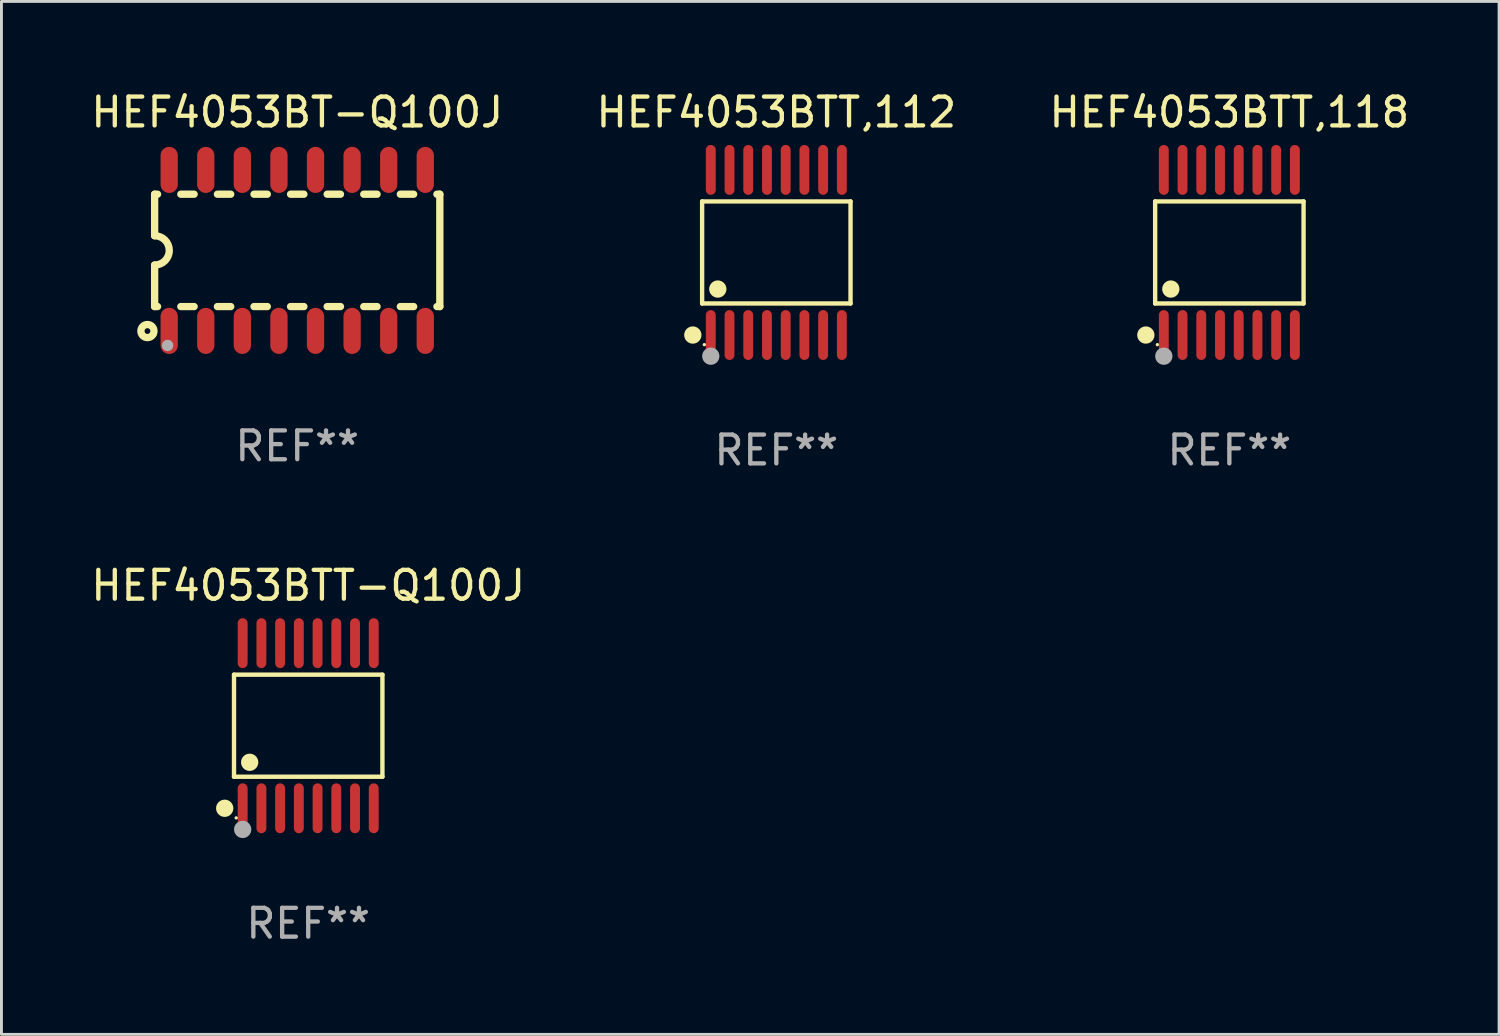
<source format=kicad_pcb>
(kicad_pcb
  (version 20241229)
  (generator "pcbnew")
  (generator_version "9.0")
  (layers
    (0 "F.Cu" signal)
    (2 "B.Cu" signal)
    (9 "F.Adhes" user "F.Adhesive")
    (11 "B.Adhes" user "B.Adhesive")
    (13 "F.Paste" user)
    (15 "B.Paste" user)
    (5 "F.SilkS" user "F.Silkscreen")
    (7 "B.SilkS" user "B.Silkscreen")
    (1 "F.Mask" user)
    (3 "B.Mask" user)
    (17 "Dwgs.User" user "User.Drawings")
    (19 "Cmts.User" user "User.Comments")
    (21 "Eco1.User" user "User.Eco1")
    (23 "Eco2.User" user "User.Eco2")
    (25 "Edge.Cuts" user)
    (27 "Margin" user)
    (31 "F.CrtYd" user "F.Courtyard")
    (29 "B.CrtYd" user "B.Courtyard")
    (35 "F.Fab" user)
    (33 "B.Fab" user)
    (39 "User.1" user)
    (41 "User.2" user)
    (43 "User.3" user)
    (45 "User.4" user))
  (footprint "HEF4053BTT,112"
    (layer "F.Cu")
    (at 23.899 5.714)
    (property "Reference" "HEF4053BTT,112" (at 0 -4.866 0) (layer "F.SilkS") (effects (font (size 1 1) (thickness 0.15))))
    (attr through_hole)
    (fp_line (start -2.576 -1.772) (end 2.576 -1.772) (stroke (width 0.152) (type solid)) (layer "F.SilkS"))
    (fp_line (start -2.576 1.771) (end -2.576 -1.772) (stroke (width 0.152) (type solid)) (layer "F.SilkS"))
    (fp_line (start 2.576 -1.772) (end 2.576 1.771) (stroke (width 0.152) (type solid)) (layer "F.SilkS"))
    (fp_line (start 2.576 1.771) (end -2.576 1.771) (stroke (width 0.152) (type solid)) (layer "F.SilkS"))
    (fp_circle (center -2.899 2.866) (end -2.749 2.866) (stroke (width 0.3) (type solid)) (fill no) (layer "F.SilkS"))
    (fp_circle (center -2.5 3.2) (end -2.47 3.2) (stroke (width 0.06) (type solid)) (fill no) (layer "F.SilkS"))
    (fp_circle (center -2.032 1.27) (end -1.882 1.27) (stroke (width 0.3) (type solid)) (fill no) (layer "F.SilkS"))
    (fp_circle (center -2.275 3.6) (end -2.125 3.6) (stroke (width 0.3) (type solid)) (fill no) (layer "F.Fab"))
    (fp_text user "REF**" (at 0 6.866 0) (layer "F.Fab") (effects (font (size 1 1) (thickness 0.15))))
    (pad "1" smd oval (at -2.275 2.866) (size 0.343 1.731) (layers "F.Cu" "F.Mask" "F.Paste"))
    (pad "2" smd oval (at -1.625 2.866) (size 0.343 1.731) (layers "F.Cu" "F.Mask" "F.Paste"))
    (pad "3" smd oval (at -0.975 2.866) (size 0.343 1.731) (layers "F.Cu" "F.Mask" "F.Paste"))
    (pad "4" smd oval (at -0.325 2.866) (size 0.343 1.731) (layers "F.Cu" "F.Mask" "F.Paste"))
    (pad "5" smd oval (at 0.325 2.866) (size 0.343 1.731) (layers "F.Cu" "F.Mask" "F.Paste"))
    (pad "6" smd oval (at 0.975 2.866) (size 0.343 1.731) (layers "F.Cu" "F.Mask" "F.Paste"))
    (pad "7" smd oval (at 1.625 2.866) (size 0.343 1.731) (layers "F.Cu" "F.Mask" "F.Paste"))
    (pad "8" smd oval (at 2.275 2.866) (size 0.343 1.731) (layers "F.Cu" "F.Mask" "F.Paste"))
    (pad "9" smd oval (at 2.275 -2.866) (size 0.343 1.731) (layers "F.Cu" "F.Mask" "F.Paste"))
    (pad "10" smd oval (at 1.625 -2.866) (size 0.343 1.731) (layers "F.Cu" "F.Mask" "F.Paste"))
    (pad "11" smd oval (at 0.975 -2.866) (size 0.343 1.731) (layers "F.Cu" "F.Mask" "F.Paste"))
    (pad "12" smd oval (at 0.325 -2.866) (size 0.343 1.731) (layers "F.Cu" "F.Mask" "F.Paste"))
    (pad "13" smd oval (at -0.325 -2.866) (size 0.343 1.731) (layers "F.Cu" "F.Mask" "F.Paste"))
    (pad "14" smd oval (at -0.975 -2.866) (size 0.343 1.731) (layers "F.Cu" "F.Mask" "F.Paste"))
    (pad "15" smd oval (at -1.625 -2.866) (size 0.343 1.731) (layers "F.Cu" "F.Mask" "F.Paste"))
    (pad "16" smd oval (at -2.275 -2.866) (size 0.343 1.731) (layers "F.Cu" "F.Mask" "F.Paste")))
  (footprint "HEF4053BTT-Q100J"
    (layer "F.Cu")
    (at 7.649 22.142)
    (property "Reference" "HEF4053BTT-Q100J" (at 0 -4.866 0) (layer "F.SilkS") (effects (font (size 1 1) (thickness 0.15))))
    (attr through_hole)
    (fp_line (start -2.576 -1.772) (end 2.576 -1.772) (stroke (width 0.152) (type solid)) (layer "F.SilkS"))
    (fp_line (start -2.576 1.771) (end -2.576 -1.772) (stroke (width 0.152) (type solid)) (layer "F.SilkS"))
    (fp_line (start 2.576 -1.772) (end 2.576 1.771) (stroke (width 0.152) (type solid)) (layer "F.SilkS"))
    (fp_line (start 2.576 1.771) (end -2.576 1.771) (stroke (width 0.152) (type solid)) (layer "F.SilkS"))
    (fp_circle (center -2.899 2.866) (end -2.749 2.866) (stroke (width 0.3) (type solid)) (fill no) (layer "F.SilkS"))
    (fp_circle (center -2.5 3.2) (end -2.47 3.2) (stroke (width 0.06) (type solid)) (fill no) (layer "F.SilkS"))
    (fp_circle (center -2.032 1.27) (end -1.882 1.27) (stroke (width 0.3) (type solid)) (fill no) (layer "F.SilkS"))
    (fp_circle (center -2.275 3.6) (end -2.125 3.6) (stroke (width 0.3) (type solid)) (fill no) (layer "F.Fab"))
    (fp_text user "REF**" (at 0 6.866 0) (layer "F.Fab") (effects (font (size 1 1) (thickness 0.15))))
    (pad "1" smd oval (at -2.275 2.866) (size 0.343 1.731) (layers "F.Cu" "F.Mask" "F.Paste"))
    (pad "2" smd oval (at -1.625 2.866) (size 0.343 1.731) (layers "F.Cu" "F.Mask" "F.Paste"))
    (pad "3" smd oval (at -0.975 2.866) (size 0.343 1.731) (layers "F.Cu" "F.Mask" "F.Paste"))
    (pad "4" smd oval (at -0.325 2.866) (size 0.343 1.731) (layers "F.Cu" "F.Mask" "F.Paste"))
    (pad "5" smd oval (at 0.325 2.866) (size 0.343 1.731) (layers "F.Cu" "F.Mask" "F.Paste"))
    (pad "6" smd oval (at 0.975 2.866) (size 0.343 1.731) (layers "F.Cu" "F.Mask" "F.Paste"))
    (pad "7" smd oval (at 1.625 2.866) (size 0.343 1.731) (layers "F.Cu" "F.Mask" "F.Paste"))
    (pad "8" smd oval (at 2.275 2.866) (size 0.343 1.731) (layers "F.Cu" "F.Mask" "F.Paste"))
    (pad "9" smd oval (at 2.275 -2.866) (size 0.343 1.731) (layers "F.Cu" "F.Mask" "F.Paste"))
    (pad "10" smd oval (at 1.625 -2.866) (size 0.343 1.731) (layers "F.Cu" "F.Mask" "F.Paste"))
    (pad "11" smd oval (at 0.975 -2.866) (size 0.343 1.731) (layers "F.Cu" "F.Mask" "F.Paste"))
    (pad "12" smd oval (at 0.325 -2.866) (size 0.343 1.731) (layers "F.Cu" "F.Mask" "F.Paste"))
    (pad "13" smd oval (at -0.325 -2.866) (size 0.343 1.731) (layers "F.Cu" "F.Mask" "F.Paste"))
    (pad "14" smd oval (at -0.975 -2.866) (size 0.343 1.731) (layers "F.Cu" "F.Mask" "F.Paste"))
    (pad "15" smd oval (at -1.625 -2.866) (size 0.343 1.731) (layers "F.Cu" "F.Mask" "F.Paste"))
    (pad "16" smd oval (at -2.275 -2.866) (size 0.343 1.731) (layers "F.Cu" "F.Mask" "F.Paste")))
  (footprint "HEF4053BTT,118"
    (layer "F.Cu")
    (at 39.625 5.714)
    (property "Reference" "HEF4053BTT,118" (at 0 -4.866 0) (layer "F.SilkS") (effects (font (size 1 1) (thickness 0.15))))
    (attr through_hole)
    (fp_line (start -2.576 -1.772) (end 2.576 -1.772) (stroke (width 0.152) (type solid)) (layer "F.SilkS"))
    (fp_line (start -2.576 1.771) (end -2.576 -1.772) (stroke (width 0.152) (type solid)) (layer "F.SilkS"))
    (fp_line (start 2.576 -1.772) (end 2.576 1.771) (stroke (width 0.152) (type solid)) (layer "F.SilkS"))
    (fp_line (start 2.576 1.771) (end -2.576 1.771) (stroke (width 0.152) (type solid)) (layer "F.SilkS"))
    (fp_circle (center -2.899 2.866) (end -2.749 2.866) (stroke (width 0.3) (type solid)) (fill no) (layer "F.SilkS"))
    (fp_circle (center -2.5 3.2) (end -2.47 3.2) (stroke (width 0.06) (type solid)) (fill no) (layer "F.SilkS"))
    (fp_circle (center -2.032 1.27) (end -1.882 1.27) (stroke (width 0.3) (type solid)) (fill no) (layer "F.SilkS"))
    (fp_circle (center -2.275 3.6) (end -2.125 3.6) (stroke (width 0.3) (type solid)) (fill no) (layer "F.Fab"))
    (fp_text user "REF**" (at 0 6.866 0) (layer "F.Fab") (effects (font (size 1 1) (thickness 0.15))))
    (pad "1" smd oval (at -2.275 2.866) (size 0.343 1.731) (layers "F.Cu" "F.Mask" "F.Paste"))
    (pad "2" smd oval (at -1.625 2.866) (size 0.343 1.731) (layers "F.Cu" "F.Mask" "F.Paste"))
    (pad "3" smd oval (at -0.975 2.866) (size 0.343 1.731) (layers "F.Cu" "F.Mask" "F.Paste"))
    (pad "4" smd oval (at -0.325 2.866) (size 0.343 1.731) (layers "F.Cu" "F.Mask" "F.Paste"))
    (pad "5" smd oval (at 0.325 2.866) (size 0.343 1.731) (layers "F.Cu" "F.Mask" "F.Paste"))
    (pad "6" smd oval (at 0.975 2.866) (size 0.343 1.731) (layers "F.Cu" "F.Mask" "F.Paste"))
    (pad "7" smd oval (at 1.625 2.866) (size 0.343 1.731) (layers "F.Cu" "F.Mask" "F.Paste"))
    (pad "8" smd oval (at 2.275 2.866) (size 0.343 1.731) (layers "F.Cu" "F.Mask" "F.Paste"))
    (pad "9" smd oval (at 2.275 -2.866) (size 0.343 1.731) (layers "F.Cu" "F.Mask" "F.Paste"))
    (pad "10" smd oval (at 1.625 -2.866) (size 0.343 1.731) (layers "F.Cu" "F.Mask" "F.Paste"))
    (pad "11" smd oval (at 0.975 -2.866) (size 0.343 1.731) (layers "F.Cu" "F.Mask" "F.Paste"))
    (pad "12" smd oval (at 0.325 -2.866) (size 0.343 1.731) (layers "F.Cu" "F.Mask" "F.Paste"))
    (pad "13" smd oval (at -0.325 -2.866) (size 0.343 1.731) (layers "F.Cu" "F.Mask" "F.Paste"))
    (pad "14" smd oval (at -0.975 -2.866) (size 0.343 1.731) (layers "F.Cu" "F.Mask" "F.Paste"))
    (pad "15" smd oval (at -1.625 -2.866) (size 0.343 1.731) (layers "F.Cu" "F.Mask" "F.Paste"))
    (pad "16" smd oval (at -2.275 -2.866) (size 0.343 1.731) (layers "F.Cu" "F.Mask" "F.Paste")))
  (footprint "HEF4053BT-Q100J"
    (layer "F.Cu")
    (at 7.268 5.642)
    (property "Reference" "HEF4053BT-Q100J" (at 0 -4.794 0) (layer "F.SilkS") (effects (font (size 1 1) (thickness 0.15))))
    (attr through_hole)
    (fp_line (start -4.95 -1.95) (end -4.95 -0.508) (stroke (width 0.254) (type solid)) (layer "F.SilkS"))
    (fp_line (start -4.95 -1.95) (end -4.849 -1.95) (stroke (width 0.254) (type solid)) (layer "F.SilkS"))
    (fp_line (start -4.95 1.95) (end -4.95 0.508) (stroke (width 0.254) (type solid)) (layer "F.SilkS"))
    (fp_line (start -4.95 1.95) (end -4.849 1.95) (stroke (width 0.254) (type solid)) (layer "F.SilkS"))
    (fp_line (start -4.041 -1.95) (end -3.579 -1.95) (stroke (width 0.254) (type solid)) (layer "F.SilkS"))
    (fp_line (start -4.041 1.95) (end -3.579 1.95) (stroke (width 0.254) (type solid)) (layer "F.SilkS"))
    (fp_line (start -2.771 -1.95) (end -2.309 -1.95) (stroke (width 0.254) (type solid)) (layer "F.SilkS"))
    (fp_line (start -2.771 1.95) (end -2.309 1.95) (stroke (width 0.254) (type solid)) (layer "F.SilkS"))
    (fp_line (start -1.501 -1.95) (end -1.039 -1.95) (stroke (width 0.254) (type solid)) (layer "F.SilkS"))
    (fp_line (start -1.501 1.95) (end -1.039 1.95) (stroke (width 0.254) (type solid)) (layer "F.SilkS"))
    (fp_line (start -0.231 -1.95) (end 0.231 -1.95) (stroke (width 0.254) (type solid)) (layer "F.SilkS"))
    (fp_line (start -0.231 1.95) (end 0.231 1.95) (stroke (width 0.254) (type solid)) (layer "F.SilkS"))
    (fp_line (start 1.039 -1.95) (end 1.501 -1.95) (stroke (width 0.254) (type solid)) (layer "F.SilkS"))
    (fp_line (start 1.039 1.95) (end 1.501 1.95) (stroke (width 0.254) (type solid)) (layer "F.SilkS"))
    (fp_line (start 2.309 -1.95) (end 2.771 -1.95) (stroke (width 0.254) (type solid)) (layer "F.SilkS"))
    (fp_line (start 2.309 1.95) (end 2.771 1.95) (stroke (width 0.254) (type solid)) (layer "F.SilkS"))
    (fp_line (start 3.579 -1.95) (end 4.041 -1.95) (stroke (width 0.254) (type solid)) (layer "F.SilkS"))
    (fp_line (start 3.579 1.95) (end 4.041 1.95) (stroke (width 0.254) (type solid)) (layer "F.SilkS"))
    (fp_line (start 4.849 -1.95) (end 4.95 -1.95) (stroke (width 0.254) (type solid)) (layer "F.SilkS"))
    (fp_line (start 4.849 1.95) (end 4.95 1.95) (stroke (width 0.254) (type solid)) (layer "F.SilkS"))
    (fp_line (start 4.95 -1.95) (end 4.95 1.95) (stroke (width 0.254) (type solid)) (layer "F.SilkS"))
    (fp_arc (start -4.95047 -0.508001) (mid -4.442469 -0.000228) (end -4.950013 0.508001) (stroke (width 0.254001) (type solid)) (layer "F.SilkS"))
    (fp_circle (center -5.2 2.8) (end -5.1 2.8) (stroke (width 0.254) (type solid)) (fill no) (layer "F.SilkS"))
    (fp_circle (center -4.95 2.947) (end -4.92 2.947) (stroke (width 0.06) (type solid)) (fill no) (layer "F.SilkS"))
    (fp_circle (center -4.5 3.3) (end -4.4 3.3) (stroke (width 0.2) (type solid)) (fill no) (layer "F.Fab"))
    (fp_text user "REF**" (at 0 6.794 0) (layer "F.Fab") (effects (font (size 1 1) (thickness 0.15))))
    (pad "1" smd oval (at -4.445 2.794) (size 0.6 1.6) (layers "F.Cu" "F.Mask" "F.Paste"))
    (pad "2" smd oval (at -3.175 2.794) (size 0.6 1.6) (layers "F.Cu" "F.Mask" "F.Paste"))
    (pad "3" smd oval (at -1.905 2.794) (size 0.6 1.6) (layers "F.Cu" "F.Mask" "F.Paste"))
    (pad "4" smd oval (at -0.635 2.794) (size 0.6 1.6) (layers "F.Cu" "F.Mask" "F.Paste"))
    (pad "5" smd oval (at 0.635 2.794) (size 0.6 1.6) (layers "F.Cu" "F.Mask" "F.Paste"))
    (pad "6" smd oval (at 1.905 2.794) (size 0.6 1.6) (layers "F.Cu" "F.Mask" "F.Paste"))
    (pad "7" smd oval (at 3.175 2.794) (size 0.6 1.6) (layers "F.Cu" "F.Mask" "F.Paste"))
    (pad "8" smd oval (at 4.445 2.794) (size 0.6 1.6) (layers "F.Cu" "F.Mask" "F.Paste"))
    (pad "9" smd oval (at 4.445 -2.794) (size 0.6 1.6) (layers "F.Cu" "F.Mask" "F.Paste"))
    (pad "10" smd oval (at 3.175 -2.794) (size 0.6 1.6) (layers "F.Cu" "F.Mask" "F.Paste"))
    (pad "11" smd oval (at 1.905 -2.794) (size 0.6 1.6) (layers "F.Cu" "F.Mask" "F.Paste"))
    (pad "12" smd oval (at 0.635 -2.794) (size 0.6 1.6) (layers "F.Cu" "F.Mask" "F.Paste"))
    (pad "13" smd oval (at -0.635 -2.794) (size 0.6 1.6) (layers "F.Cu" "F.Mask" "F.Paste"))
    (pad "14" smd oval (at -1.905 -2.794) (size 0.6 1.6) (layers "F.Cu" "F.Mask" "F.Paste"))
    (pad "15" smd oval (at -3.175 -2.794) (size 0.6 1.6) (layers "F.Cu" "F.Mask" "F.Paste"))
    (pad "16" smd oval (at -4.445 -2.794) (size 0.6 1.6) (layers "F.Cu" "F.Mask" "F.Paste")))
  (gr_rect
    (start -3 -3)
    (end 48.988 32.856)
    (stroke (width 0.1) (type default))
    (fill no)
    (layer "Edge.Cuts")))
</source>
